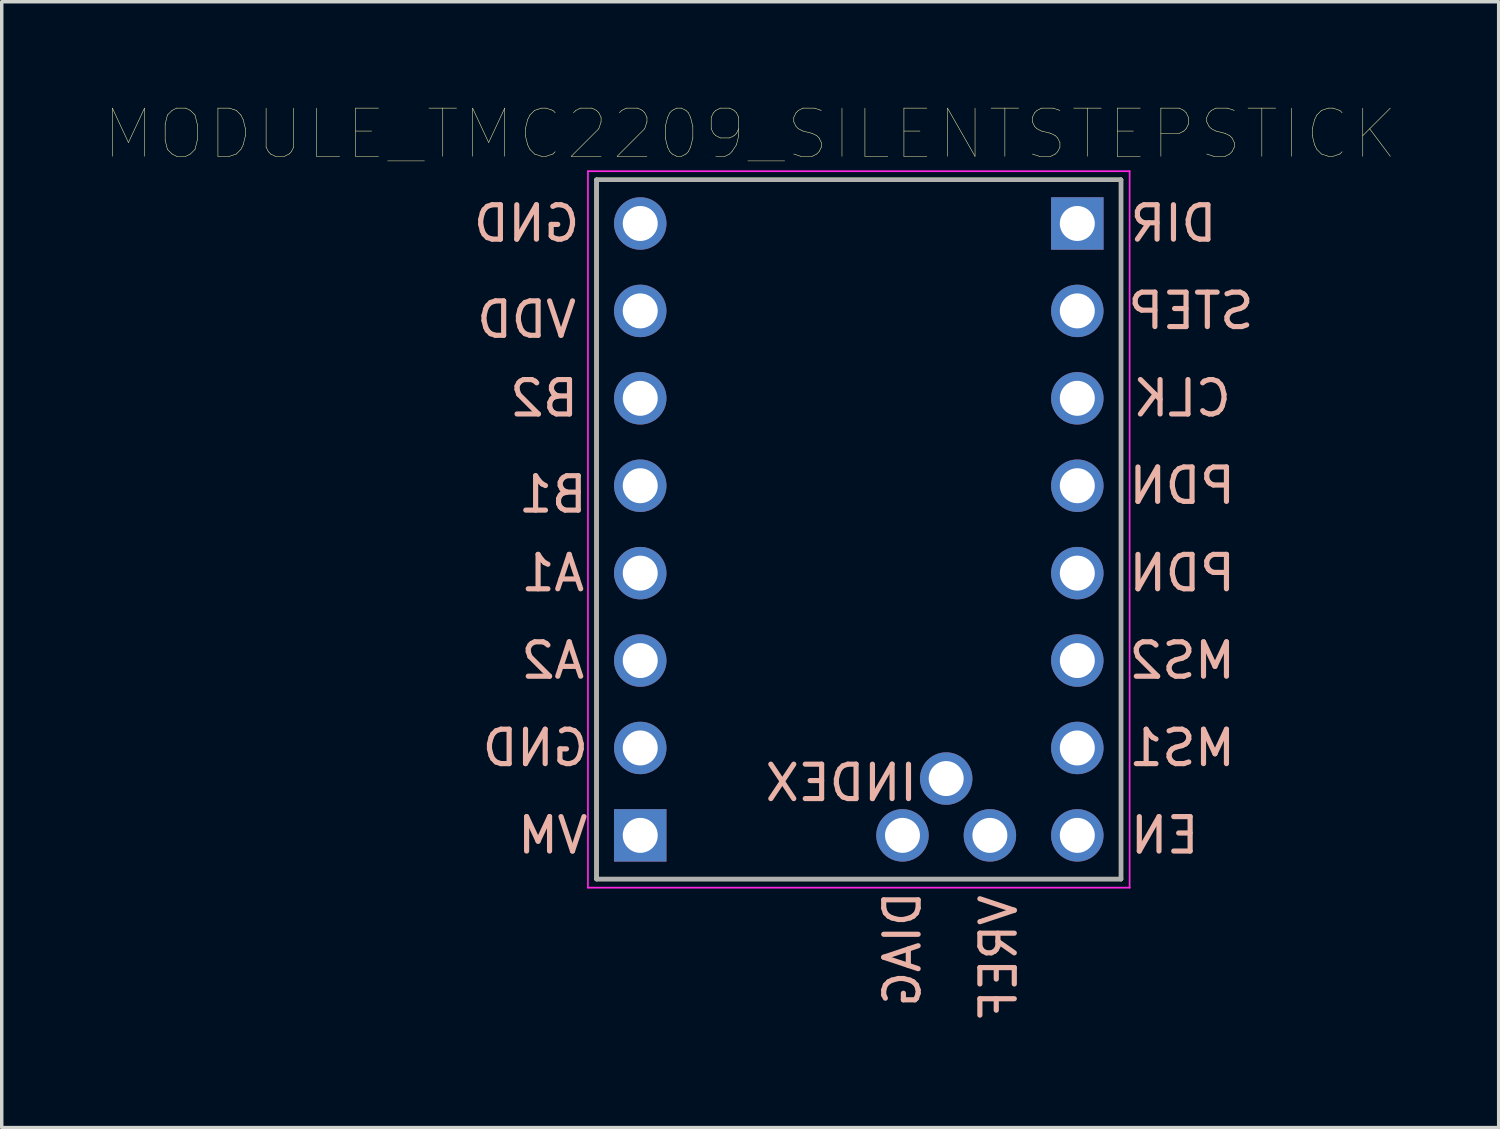
<source format=kicad_pcb>
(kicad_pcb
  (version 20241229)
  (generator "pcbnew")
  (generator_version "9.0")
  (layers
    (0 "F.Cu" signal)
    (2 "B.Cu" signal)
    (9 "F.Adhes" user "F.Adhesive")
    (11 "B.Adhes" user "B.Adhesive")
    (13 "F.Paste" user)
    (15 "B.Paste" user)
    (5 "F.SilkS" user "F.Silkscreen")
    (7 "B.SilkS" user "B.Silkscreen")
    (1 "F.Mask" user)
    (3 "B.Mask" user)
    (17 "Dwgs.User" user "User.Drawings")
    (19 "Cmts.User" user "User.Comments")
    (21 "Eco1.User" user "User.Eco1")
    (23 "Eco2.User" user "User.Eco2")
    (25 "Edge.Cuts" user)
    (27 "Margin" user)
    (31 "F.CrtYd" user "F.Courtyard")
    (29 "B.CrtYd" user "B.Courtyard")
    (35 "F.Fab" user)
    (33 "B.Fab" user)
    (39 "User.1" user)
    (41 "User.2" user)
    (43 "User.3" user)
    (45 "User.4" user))
  (footprint "MODULE_TMC2209_SILENTSTEPSTICK"
    (layer "F.Cu")
    (at 21.904 12.334)
    (property "Reference" "MODULE_TMC2209_SILENTSTEPSTICK" (at -3.155 -11.489 0) (layer "F.SilkS") (effects (font (size 1.4 1.4) (thickness 0.015))))
    (attr through_hole)
    (fp_line (start -7.62 -10.16) (end -7.62 10.16) (stroke (width 0.127) (type solid)) (layer "F.SilkS"))
    (fp_line (start -7.62 10.16) (end 7.62 10.16) (stroke (width 0.127) (type solid)) (layer "F.SilkS"))
    (fp_line (start 7.62 -10.16) (end -7.62 -10.16) (stroke (width 0.127) (type solid)) (layer "F.SilkS"))
    (fp_line (start 7.62 10.16) (end 7.62 -10.16) (stroke (width 0.127) (type solid)) (layer "F.SilkS"))
    (fp_line (start -7.87 -10.41) (end -7.87 10.41) (stroke (width 0.05) (type solid)) (layer "F.CrtYd"))
    (fp_line (start -7.87 -10.41) (end 7.87 -10.41) (stroke (width 0.05) (type solid)) (layer "F.CrtYd"))
    (fp_line (start -7.87 10.41) (end 7.87 10.41) (stroke (width 0.05) (type solid)) (layer "F.CrtYd"))
    (fp_line (start 7.87 -10.41) (end 7.87 10.41) (stroke (width 0.05) (type solid)) (layer "F.CrtYd"))
    (fp_line (start -7.62 -10.16) (end -7.62 10.16) (stroke (width 0.127) (type solid)) (layer "F.Fab"))
    (fp_line (start -7.62 10.16) (end 7.62 10.16) (stroke (width 0.127) (type solid)) (layer "F.Fab"))
    (fp_line (start 7.62 -10.16) (end -7.62 -10.16) (stroke (width 0.127) (type solid)) (layer "F.Fab"))
    (fp_line (start 7.62 10.16) (end 7.62 -10.16) (stroke (width 0.127) (type solid)) (layer "F.Fab"))
    (fp_text user "DIAG" (at 1.27 12.192 90) (unlocked yes) (layer "B.SilkS") (effects (font (size 1 1) (thickness 0.15)) (justify mirror)))
    (fp_text user "B2" (at -9.144 -3.81 0) (unlocked yes) (layer "B.SilkS") (effects (font (size 1 1) (thickness 0.15)) (justify mirror)))
    (fp_text user "GND" (at -9.652 -8.89 0) (unlocked yes) (layer "B.SilkS") (effects (font (size 1 1) (thickness 0.15)) (justify mirror)))
    (fp_text user "EN" (at 8.89 8.89 0) (unlocked yes) (layer "B.SilkS") (effects (font (size 1 1) (thickness 0.15)) (justify mirror)))
    (fp_text user "MS1" (at 9.398 6.35 0) (unlocked yes) (layer "B.SilkS") (effects (font (size 1 1) (thickness 0.15)) (justify mirror)))
    (fp_text user "CLK" (at 9.398 -3.81 0) (unlocked yes) (layer "B.SilkS") (effects (font (size 1 1) (thickness 0.15)) (justify mirror)))
    (fp_text user "GND" (at -9.398 6.35 0) (unlocked yes) (layer "B.SilkS") (effects (font (size 1 1) (thickness 0.15)) (justify mirror)))
    (fp_text user "VDD" (at -9.652 -6.096 0) (unlocked yes) (layer "B.SilkS") (effects (font (size 1 1) (thickness 0.15)) (justify mirror)))
    (fp_text user "PDN" (at 9.398 1.27 0) (unlocked yes) (layer "B.SilkS") (effects (font (size 1 1) (thickness 0.15)) (justify mirror)))
    (fp_text user "A2" (at -8.89 3.81 0) (unlocked yes) (layer "B.SilkS") (effects (font (size 1 1) (thickness 0.15)) (justify mirror)))
    (fp_text user "PDN" (at 9.398 -1.27 0) (unlocked yes) (layer "B.SilkS") (effects (font (size 1 1) (thickness 0.15)) (justify mirror)))
    (fp_text user "A1" (at -8.89 1.27 0) (unlocked yes) (layer "B.SilkS") (effects (font (size 1 1) (thickness 0.15)) (justify mirror)))
    (fp_text user "DIR" (at 9.144 -8.89 0) (unlocked yes) (layer "B.SilkS") (effects (font (size 1 1) (thickness 0.15)) (justify mirror)))
    (fp_text user "B1" (at -8.89 -1.016 0) (unlocked yes) (layer "B.SilkS") (effects (font (size 1 1) (thickness 0.15)) (justify mirror)))
    (fp_text user "VM" (at -8.89 8.89 0) (unlocked yes) (layer "B.SilkS") (effects (font (size 1 1) (thickness 0.15)) (justify mirror)))
    (fp_text user "VREF" (at 4.064 12.446 90) (unlocked yes) (layer "B.SilkS") (effects (font (size 1 1) (thickness 0.15)) (justify mirror)))
    (fp_text user "MS2" (at 9.398 3.81 0) (unlocked yes) (layer "B.SilkS") (effects (font (size 1 1) (thickness 0.15)) (justify mirror)))
    (fp_text user "INDEX" (at -0.508 7.366 0) (unlocked yes) (layer "B.SilkS") (effects (font (size 1 1) (thickness 0.15)) (justify mirror)))
    (fp_text user "STEP" (at 9.652 -6.35 0) (unlocked yes) (layer "B.SilkS") (effects (font (size 1 1) (thickness 0.15)) (justify mirror)))
    (pad "JP1_1" thru_hole rect (at 6.35 -8.89) (size 1.524 1.524) (drill 1.016) (layers "*.Cu" "*.Mask"))
    (pad "JP1_2" thru_hole circle (at 6.35 -6.35) (size 1.524 1.524) (drill 1.016) (layers "*.Cu" "*.Mask"))
    (pad "JP1_3" thru_hole circle (at 6.35 -3.81) (size 1.524 1.524) (drill 1.016) (layers "*.Cu" "*.Mask"))
    (pad "JP1_4" thru_hole circle (at 6.35 -1.27) (size 1.524 1.524) (drill 1.016) (layers "*.Cu" "*.Mask"))
    (pad "JP1_5" thru_hole circle (at 6.35 1.27) (size 1.524 1.524) (drill 1.016) (layers "*.Cu" "*.Mask"))
    (pad "JP1_6" thru_hole circle (at 6.35 3.81) (size 1.524 1.524) (drill 1.016) (layers "*.Cu" "*.Mask"))
    (pad "JP1_7" thru_hole circle (at 6.35 6.35) (size 1.524 1.524) (drill 1.016) (layers "*.Cu" "*.Mask"))
    (pad "JP1_8" thru_hole circle (at 6.35 8.89) (size 1.524 1.524) (drill 1.016) (layers "*.Cu" "*.Mask"))
    (pad "JP2_1" thru_hole rect (at -6.35 8.89) (size 1.524 1.524) (drill 1.016) (layers "*.Cu" "*.Mask"))
    (pad "JP2_2" thru_hole circle (at -6.35 6.35) (size 1.524 1.524) (drill 1.016) (layers "*.Cu" "*.Mask"))
    (pad "JP2_3" thru_hole circle (at -6.35 -1.27) (size 1.524 1.524) (drill 1.016) (layers "*.Cu" "*.Mask"))
    (pad "JP2_4" thru_hole circle (at -6.35 1.27) (size 1.524 1.524) (drill 1.016) (layers "*.Cu" "*.Mask"))
    (pad "JP2_5" thru_hole circle (at -6.35 3.81) (size 1.524 1.524) (drill 1.016) (layers "*.Cu" "*.Mask"))
    (pad "JP2_6" thru_hole circle (at -6.35 -3.81) (size 1.524 1.524) (drill 1.016) (layers "*.Cu" "*.Mask"))
    (pad "JP2_7" thru_hole circle (at -6.35 -6.35) (size 1.524 1.524) (drill 1.016) (layers "*.Cu" "*.Mask"))
    (pad "JP2_8" thru_hole circle (at -6.35 -8.89) (size 1.524 1.524) (drill 1.016) (layers "*.Cu" "*.Mask"))
    (pad "JP3_1" thru_hole circle (at 3.81 8.89) (size 1.524 1.524) (drill 1.016) (layers "*.Cu" "*.Mask"))
    (pad "JP4_1" thru_hole circle (at 1.27 8.89) (size 1.524 1.524) (drill 1.016) (layers "*.Cu" "*.Mask"))
    (pad "JP5_1" thru_hole circle (at 2.54 7.239) (size 1.524 1.524) (drill 1.016) (layers "*.Cu" "*.Mask")))
  (gr_rect
    (start -3 -3)
    (end 40.498 29.715)
    (stroke (width 0.1) (type default))
    (fill no)
    (layer "Edge.Cuts")))
</source>
